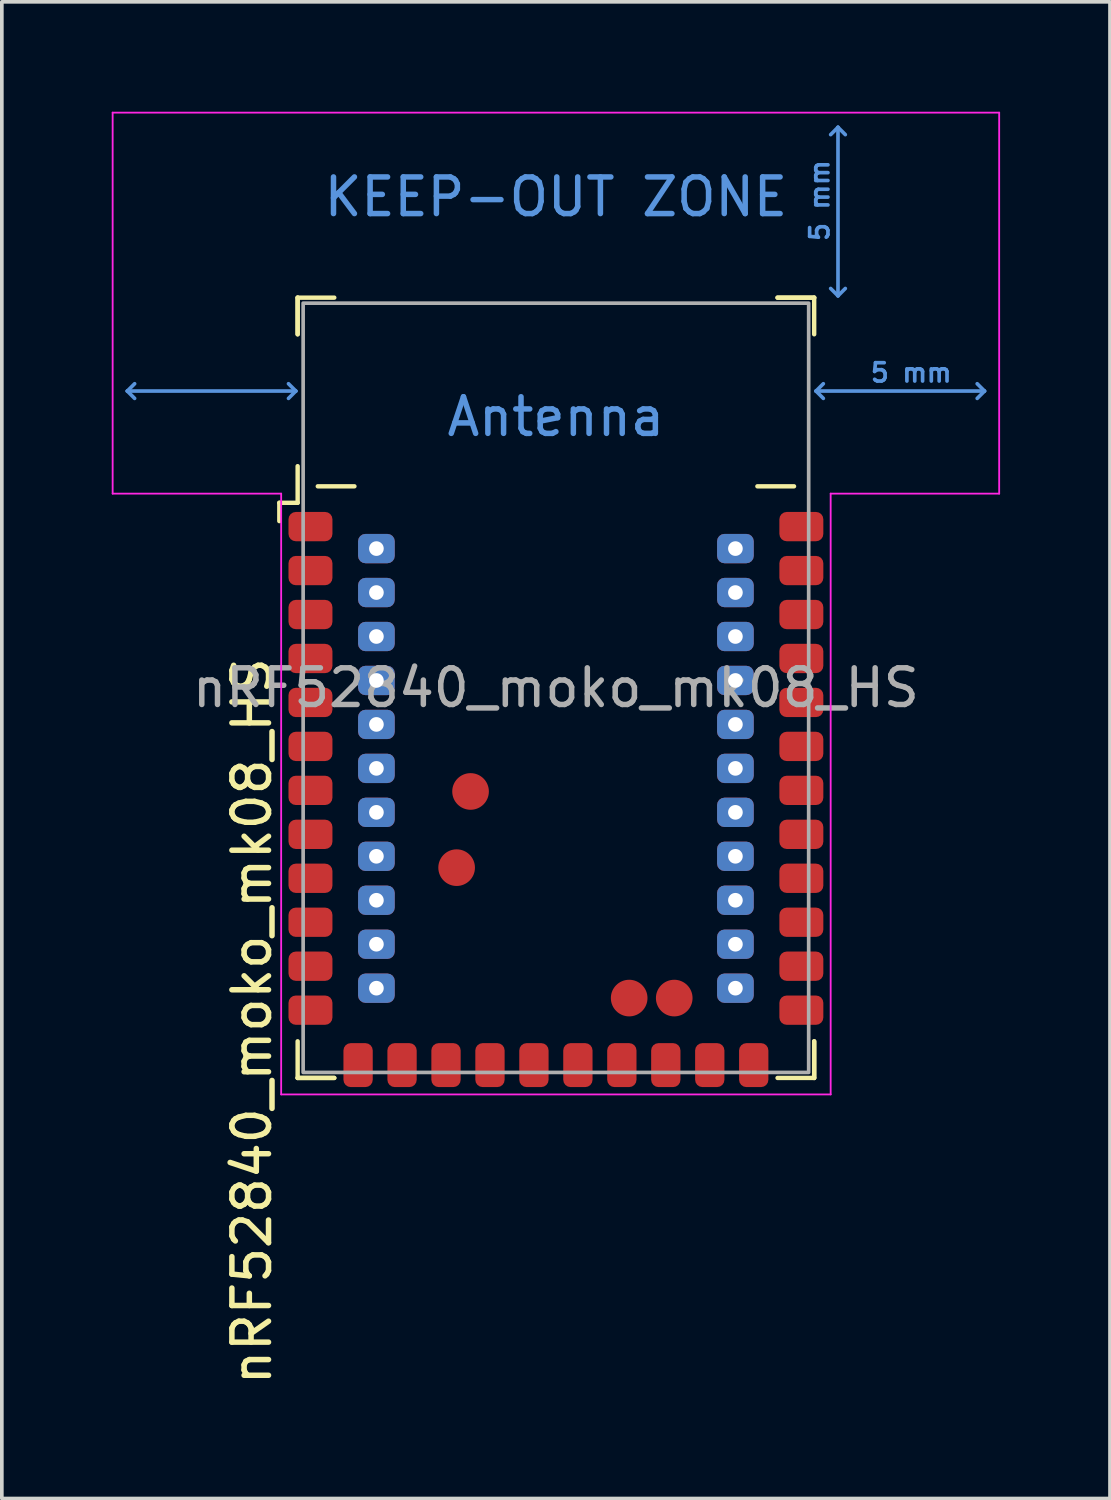
<source format=kicad_pcb>
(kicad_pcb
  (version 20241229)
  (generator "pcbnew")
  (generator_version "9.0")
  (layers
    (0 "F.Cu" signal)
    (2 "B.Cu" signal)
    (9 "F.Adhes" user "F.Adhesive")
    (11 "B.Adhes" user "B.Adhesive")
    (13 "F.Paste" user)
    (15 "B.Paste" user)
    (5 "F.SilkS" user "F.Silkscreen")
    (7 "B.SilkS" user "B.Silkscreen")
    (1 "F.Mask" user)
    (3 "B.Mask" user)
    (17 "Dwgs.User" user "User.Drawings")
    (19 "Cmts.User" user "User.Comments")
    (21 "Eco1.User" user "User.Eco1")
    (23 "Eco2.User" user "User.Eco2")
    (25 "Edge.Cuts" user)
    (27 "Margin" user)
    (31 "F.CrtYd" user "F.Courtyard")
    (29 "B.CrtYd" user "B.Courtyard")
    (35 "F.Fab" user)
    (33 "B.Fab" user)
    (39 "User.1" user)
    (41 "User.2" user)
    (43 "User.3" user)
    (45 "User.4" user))
  (footprint "nRF52840_moko_mk08_HS"
    (layer "F.Cu")
    (at 12.125 15.725)
    (property "Reference" "nRF52840_moko_mk08_HS" (at -8.3 9.1 90) (unlocked yes) (layer "F.SilkS") (effects (font (size 1 1) (thickness 0.15))))
    (attr smd)
    (fp_line (start -7.55 -5.05) (end -7.55 -4.55) (stroke (width 0.12) (type solid)) (layer "F.SilkS"))
    (fp_line (start -7.05 -10.65) (end -7.05 -9.65) (stroke (width 0.12) (type solid)) (layer "F.SilkS"))
    (fp_line (start -7.05 -10.65) (end -6.05 -10.65) (stroke (width 0.12) (type solid)) (layer "F.SilkS"))
    (fp_line (start -7.05 -9.65) (end -7.05 -10.65) (stroke (width 0.12) (type solid)) (layer "F.SilkS"))
    (fp_line (start -7.05 -5.05) (end -7.55 -5.05) (stroke (width 0.12) (type solid)) (layer "F.SilkS"))
    (fp_line (start -7.05 -5.05) (end -7.05 -6.05) (stroke (width 0.12) (type solid)) (layer "F.SilkS"))
    (fp_line (start -7.05 10.65) (end -7.05 9.65) (stroke (width 0.12) (type solid)) (layer "F.SilkS"))
    (fp_line (start -7.05 10.65) (end -6.05 10.65) (stroke (width 0.12) (type solid)) (layer "F.SilkS"))
    (fp_line (start -6.5 -5.5) (end -5.5 -5.5) (stroke (width 0.12) (type solid)) (layer "F.SilkS"))
    (fp_line (start -6.05 10.65) (end -7.05 10.65) (stroke (width 0.12) (type solid)) (layer "F.SilkS"))
    (fp_line (start 6.05 -10.65) (end 7.05 -10.65) (stroke (width 0.12) (type solid)) (layer "F.SilkS"))
    (fp_line (start 6.5 -5.5) (end 5.5 -5.5) (stroke (width 0.12) (type solid)) (layer "F.SilkS"))
    (fp_line (start 7.05 -10.65) (end 6.05 -10.65) (stroke (width 0.12) (type solid)) (layer "F.SilkS"))
    (fp_line (start 7.05 -10.65) (end 7.05 -9.65) (stroke (width 0.12) (type solid)) (layer "F.SilkS"))
    (fp_line (start 7.05 9.65) (end 7.05 10.65) (stroke (width 0.12) (type solid)) (layer "F.SilkS"))
    (fp_line (start 7.05 10.65) (end 6.05 10.65) (stroke (width 0.12) (type solid)) (layer "F.SilkS"))
    (fp_line (start 7.05 10.65) (end 7.05 9.65) (stroke (width 0.12) (type solid)) (layer "F.SilkS"))
    (fp_line (start -11.7 -8.1) (end -11.5 -8.3) (stroke (width 0.1) (type solid)) (layer "Cmts.User"))
    (fp_line (start -11.7 -8.1) (end -11.5 -7.9) (stroke (width 0.1) (type solid)) (layer "Cmts.User"))
    (fp_line (start -11.7 -8.1) (end -7.1 -8.1) (stroke (width 0.1) (type solid)) (layer "Cmts.User"))
    (fp_line (start -7.1 -8.1) (end -7.3 -8.3) (stroke (width 0.1) (type solid)) (layer "Cmts.User"))
    (fp_line (start -7.1 -8.1) (end -7.3 -7.9) (stroke (width 0.1) (type solid)) (layer "Cmts.User"))
    (fp_line (start 7.1 -8.1) (end 7.3 -8.3) (stroke (width 0.1) (type solid)) (layer "Cmts.User"))
    (fp_line (start 7.1 -8.1) (end 7.3 -7.9) (stroke (width 0.1) (type solid)) (layer "Cmts.User"))
    (fp_line (start 7.1 -8.1) (end 11.7 -8.1) (stroke (width 0.1) (type solid)) (layer "Cmts.User"))
    (fp_line (start 7.7 -15.3) (end 7.5 -15.1) (stroke (width 0.1) (type solid)) (layer "Cmts.User"))
    (fp_line (start 7.7 -15.3) (end 7.9 -15.1) (stroke (width 0.1) (type solid)) (layer "Cmts.User"))
    (fp_line (start 7.7 -10.7) (end 7.5 -10.9) (stroke (width 0.1) (type solid)) (layer "Cmts.User"))
    (fp_line (start 7.7 -10.7) (end 7.7 -15.3) (stroke (width 0.1) (type solid)) (layer "Cmts.User"))
    (fp_line (start 7.7 -10.7) (end 7.9 -10.9) (stroke (width 0.1) (type solid)) (layer "Cmts.User"))
    (fp_line (start 11.7 -8.1) (end 11.5 -8.3) (stroke (width 0.1) (type solid)) (layer "Cmts.User"))
    (fp_line (start 11.7 -8.1) (end 11.5 -7.9) (stroke (width 0.1) (type solid)) (layer "Cmts.User"))
    (fp_line (start -12.1 -15.7) (end -12.1 -5.3) (stroke (width 0.05) (type solid)) (layer "F.CrtYd"))
    (fp_line (start -12.1 -5.3) (end -7.5 -5.3) (stroke (width 0.05) (type solid)) (layer "F.CrtYd"))
    (fp_line (start -7.5 -5.3) (end -7.5 11.1) (stroke (width 0.05) (type solid)) (layer "F.CrtYd"))
    (fp_line (start -7.5 11.1) (end 7.5 11.1) (stroke (width 0.05) (type solid)) (layer "F.CrtYd"))
    (fp_line (start 7.5 -5.3) (end 12.1 -5.3) (stroke (width 0.05) (type solid)) (layer "F.CrtYd"))
    (fp_line (start 7.5 11.1) (end 7.5 -5.3) (stroke (width 0.05) (type solid)) (layer "F.CrtYd"))
    (fp_line (start 12.1 -15.7) (end -12.1 -15.7) (stroke (width 0.05) (type solid)) (layer "F.CrtYd"))
    (fp_line (start 12.1 -5.3) (end 12.1 -15.7) (stroke (width 0.05) (type solid)) (layer "F.CrtYd"))
    (fp_rect (start -6.9 -10.5) (end 6.9 10.5) (stroke (width 0.1) (type solid)) (fill no) (layer "F.Fab"))
    (fp_text user "KEEP-OUT ZONE" (at 0 -13.4 0) (layer "Cmts.User") (effects (font (size 1 1) (thickness 0.15))))
    (fp_text user "Antenna" (at 0 -7.4 0) (layer "Cmts.User") (effects (font (size 1 1) (thickness 0.15))))
    (fp_text user "5 mm" (at 7.2 -13.3 90) (layer "Cmts.User") (effects (font (size 0.5 0.5) (thickness 0.1))))
    (fp_text user "5 mm" (at 9.7 -8.6 0) (layer "Cmts.User") (effects (font (size 0.5 0.5) (thickness 0.1))))
    (fp_text user "${REFERENCE}" (at 0 0 0) (layer "F.Fab") (effects (font (size 1 1) (thickness 0.15))))
    (pad "1" smd roundrect (at -6.7 -4.4) (size 1.2 0.8) (layers "F.Cu" "F.Mask" "F.Paste") (roundrect_rratio 0.25))
    (pad "2" smd roundrect (at -6.7 -3.2) (size 1.2 0.8) (layers "F.Cu" "F.Mask" "F.Paste") (roundrect_rratio 0.25))
    (pad "3" smd roundrect (at -6.7 -2) (size 1.2 0.8) (layers "F.Cu" "F.Mask" "F.Paste") (roundrect_rratio 0.25))
    (pad "4" smd roundrect (at -6.7 -0.8) (size 1.2 0.8) (layers "F.Cu" "F.Mask" "F.Paste") (roundrect_rratio 0.25))
    (pad "5" smd roundrect (at -6.7 0.4) (size 1.2 0.8) (layers "F.Cu" "F.Mask" "F.Paste") (roundrect_rratio 0.25))
    (pad "6" smd roundrect (at -6.7 1.6) (size 1.2 0.8) (layers "F.Cu" "F.Mask" "F.Paste") (roundrect_rratio 0.25))
    (pad "7" smd roundrect (at -6.7 2.8) (size 1.2 0.8) (layers "F.Cu" "F.Mask" "F.Paste") (roundrect_rratio 0.25))
    (pad "8" smd roundrect (at -6.7 4) (size 1.2 0.8) (layers "F.Cu" "F.Mask" "F.Paste") (roundrect_rratio 0.25))
    (pad "9" smd roundrect (at -6.7 5.2) (size 1.2 0.8) (layers "F.Cu" "F.Mask" "F.Paste") (roundrect_rratio 0.25))
    (pad "10" smd roundrect (at -6.7 6.4) (size 1.2 0.8) (layers "F.Cu" "F.Mask" "F.Paste") (roundrect_rratio 0.25))
    (pad "11" smd roundrect (at -6.7 7.6) (size 1.2 0.8) (layers "F.Cu" "F.Mask" "F.Paste") (roundrect_rratio 0.25))
    (pad "12" smd roundrect (at -6.7 8.8) (size 1.2 0.8) (layers "F.Cu" "F.Mask" "F.Paste") (roundrect_rratio 0.25))
    (pad "13" smd roundrect (at -5.4 10.3 90) (size 1.2 0.8) (layers "F.Cu" "F.Mask" "F.Paste") (roundrect_rratio 0.25))
    (pad "14" smd roundrect (at -4.2 10.3 90) (size 1.2 0.8) (layers "F.Cu" "F.Mask" "F.Paste") (roundrect_rratio 0.25))
    (pad "15" smd roundrect (at -3 10.3 90) (size 1.2 0.8) (layers "F.Cu" "F.Mask" "F.Paste") (roundrect_rratio 0.25))
    (pad "16" smd roundrect (at -1.8 10.3 90) (size 1.2 0.8) (layers "F.Cu" "F.Mask" "F.Paste") (roundrect_rratio 0.25))
    (pad "17" smd roundrect (at -0.6 10.3 90) (size 1.2 0.8) (layers "F.Cu" "F.Mask" "F.Paste") (roundrect_rratio 0.25))
    (pad "18" smd roundrect (at 0.6 10.3 90) (size 1.2 0.8) (layers "F.Cu" "F.Mask" "F.Paste") (roundrect_rratio 0.25))
    (pad "19" smd roundrect (at 1.8 10.3 90) (size 1.2 0.8) (layers "F.Cu" "F.Mask" "F.Paste") (roundrect_rratio 0.25))
    (pad "20" smd roundrect (at 3 10.3 90) (size 1.2 0.8) (layers "F.Cu" "F.Mask" "F.Paste") (roundrect_rratio 0.25))
    (pad "21" smd roundrect (at 4.2 10.3 90) (size 1.2 0.8) (layers "F.Cu" "F.Mask" "F.Paste") (roundrect_rratio 0.25))
    (pad "22" smd roundrect (at 5.4 10.3 90) (size 1.2 0.8) (layers "F.Cu" "F.Mask" "F.Paste") (roundrect_rratio 0.25))
    (pad "23" smd roundrect (at 6.7 8.8 180) (size 1.2 0.8) (layers "F.Cu" "F.Mask" "F.Paste") (roundrect_rratio 0.25))
    (pad "24" smd roundrect (at 6.7 7.6 180) (size 1.2 0.8) (layers "F.Cu" "F.Mask" "F.Paste") (roundrect_rratio 0.25))
    (pad "25" smd roundrect (at 6.7 6.4 180) (size 1.2 0.8) (layers "F.Cu" "F.Mask" "F.Paste") (roundrect_rratio 0.25))
    (pad "26" smd roundrect (at 6.7 5.2 180) (size 1.2 0.8) (layers "F.Cu" "F.Mask" "F.Paste") (roundrect_rratio 0.25))
    (pad "27" smd roundrect (at 6.7 4 180) (size 1.2 0.8) (layers "F.Cu" "F.Mask" "F.Paste") (roundrect_rratio 0.25))
    (pad "28" smd roundrect (at 6.7 2.8 180) (size 1.2 0.8) (layers "F.Cu" "F.Mask" "F.Paste") (roundrect_rratio 0.25))
    (pad "29" smd roundrect (at 6.7 1.6 180) (size 1.2 0.8) (layers "F.Cu" "F.Mask" "F.Paste") (roundrect_rratio 0.25))
    (pad "30" smd roundrect (at 6.7 0.4 180) (size 1.2 0.8) (layers "F.Cu" "F.Mask" "F.Paste") (roundrect_rratio 0.25))
    (pad "31" smd roundrect (at 6.7 -0.8 180) (size 1.2 0.8) (layers "F.Cu" "F.Mask" "F.Paste") (roundrect_rratio 0.25))
    (pad "32" smd roundrect (at 6.7 -2 180) (size 1.2 0.8) (layers "F.Cu" "F.Mask" "F.Paste") (roundrect_rratio 0.25))
    (pad "33" smd roundrect (at 6.7 -3.2 180) (size 1.2 0.8) (layers "F.Cu" "F.Mask" "F.Paste") (roundrect_rratio 0.25))
    (pad "34" smd roundrect (at 6.7 -4.4 180) (size 1.2 0.8) (layers "F.Cu" "F.Mask" "F.Paste") (roundrect_rratio 0.25))
    (pad "35" thru_hole roundrect (at -4.9 -3.8 180) (size 1 0.8) (drill 0.4) (layers "*.Cu" "*.Mask" "F.Paste") (roundrect_rratio 0.25))
    (pad "36" thru_hole roundrect (at -4.9 -2.6 180) (size 1 0.8) (drill 0.4) (layers "*.Cu" "*.Mask" "F.Paste") (roundrect_rratio 0.25))
    (pad "37" thru_hole roundrect (at -4.9 -1.4 180) (size 1 0.8) (drill 0.4) (layers "*.Cu" "*.Mask" "F.Paste") (roundrect_rratio 0.25))
    (pad "38" thru_hole roundrect (at -4.9 -0.2 180) (size 1 0.8) (drill 0.4) (layers "*.Cu" "*.Mask" "F.Paste") (roundrect_rratio 0.25))
    (pad "39" thru_hole roundrect (at -4.9 1 180) (size 1 0.8) (drill 0.4) (layers "*.Cu" "*.Mask" "F.Paste") (roundrect_rratio 0.25))
    (pad "40" thru_hole roundrect (at -4.9 2.2 180) (size 1 0.8) (drill 0.4) (layers "*.Cu" "*.Mask" "F.Paste") (roundrect_rratio 0.25))
    (pad "41" thru_hole roundrect (at -4.9 3.4 180) (size 1 0.8) (drill 0.4) (layers "*.Cu" "*.Mask" "F.Paste") (roundrect_rratio 0.25))
    (pad "42" thru_hole roundrect (at -4.9 4.6 180) (size 1 0.8) (drill 0.4) (layers "*.Cu" "*.Mask" "F.Paste") (roundrect_rratio 0.25))
    (pad "43" thru_hole roundrect (at -4.9 5.8 180) (size 1 0.8) (drill 0.4) (layers "*.Cu" "*.Mask" "F.Paste") (roundrect_rratio 0.25))
    (pad "44" thru_hole roundrect (at -4.9 7 180) (size 1 0.8) (drill 0.4) (layers "*.Cu" "*.Mask" "F.Paste") (roundrect_rratio 0.25))
    (pad "45" thru_hole roundrect (at -4.9 8.2 180) (size 1 0.8) (drill 0.4) (layers "*.Cu" "*.Mask" "F.Paste") (roundrect_rratio 0.25))
    (pad "46" thru_hole roundrect (at 4.9 8.2 180) (size 1 0.8) (drill 0.4) (layers "*.Cu" "*.Mask" "F.Paste") (roundrect_rratio 0.25))
    (pad "47" thru_hole roundrect (at 4.9 7 180) (size 1 0.8) (drill 0.4) (layers "*.Cu" "*.Mask" "F.Paste") (roundrect_rratio 0.25))
    (pad "48" thru_hole roundrect (at 4.9 5.8 180) (size 1 0.8) (drill 0.4) (layers "*.Cu" "*.Mask" "F.Paste") (roundrect_rratio 0.25))
    (pad "49" thru_hole roundrect (at 4.9 4.6 180) (size 1 0.8) (drill 0.4) (layers "*.Cu" "*.Mask" "F.Paste") (roundrect_rratio 0.25))
    (pad "50" thru_hole roundrect (at 4.9 3.4 180) (size 1 0.8) (drill 0.4) (layers "*.Cu" "*.Mask" "F.Paste") (roundrect_rratio 0.25))
    (pad "51" thru_hole roundrect (at 4.9 2.2 180) (size 1 0.8) (drill 0.4) (layers "*.Cu" "*.Mask" "F.Paste") (roundrect_rratio 0.25))
    (pad "52" thru_hole roundrect (at 4.9 1 180) (size 1 0.8) (drill 0.4) (layers "*.Cu" "*.Mask" "F.Paste") (roundrect_rratio 0.25))
    (pad "53" thru_hole roundrect (at 4.9 -0.2 180) (size 1 0.8) (drill 0.4) (layers "*.Cu" "*.Mask" "F.Paste") (roundrect_rratio 0.25))
    (pad "54" thru_hole roundrect (at 4.9 -1.4 180) (size 1 0.8) (drill 0.4) (layers "*.Cu" "*.Mask" "F.Paste") (roundrect_rratio 0.25))
    (pad "55" thru_hole roundrect (at 4.9 -2.6 180) (size 1 0.8) (drill 0.4) (layers "*.Cu" "*.Mask" "F.Paste") (roundrect_rratio 0.25))
    (pad "56" thru_hole roundrect (at 4.9 -3.8 180) (size 1 0.8) (drill 0.4) (layers "*.Cu" "*.Mask" "F.Paste") (roundrect_rratio 0.25))
    (pad "57" smd circle (at -2.33 2.83 180) (size 1 1) (layers "F.Cu" "F.Mask" "F.Paste"))
    (pad "MP" smd circle (at -2.71 4.91 180) (size 1 1) (layers "F.Cu" "F.Mask" "F.Paste"))
    (pad "MP" smd circle (at 2 8.47 180) (size 1 1) (layers "F.Cu" "F.Mask" "F.Paste"))
    (pad "MP" smd circle (at 3.23 8.47 180) (size 1 1) (layers "F.Cu" "F.Mask" "F.Paste"))
    (zone (net_name "") (layers "F.Cu" "B.Cu" "F.CrtYd") (hatch full 0.508) (connect_pads) (min_thickness 0.254) (filled_areas_thickness no) (keepout (tracks not_allowed) (vias not_allowed) (pads not_allowed) (copperpour not_allowed) (footprints allowed)) (placement (enabled no)) (fill) (polygon (pts (xy 24.025 10.225) (xy 0.225 10.225) (xy 0.225 0.225) (xy 24.025 0.225)))))
  (gr_rect
    (start -3 -3)
    (end 27.25 37.855)
    (stroke (width 0.1) (type default))
    (fill no)
    (layer "Edge.Cuts")))
</source>
